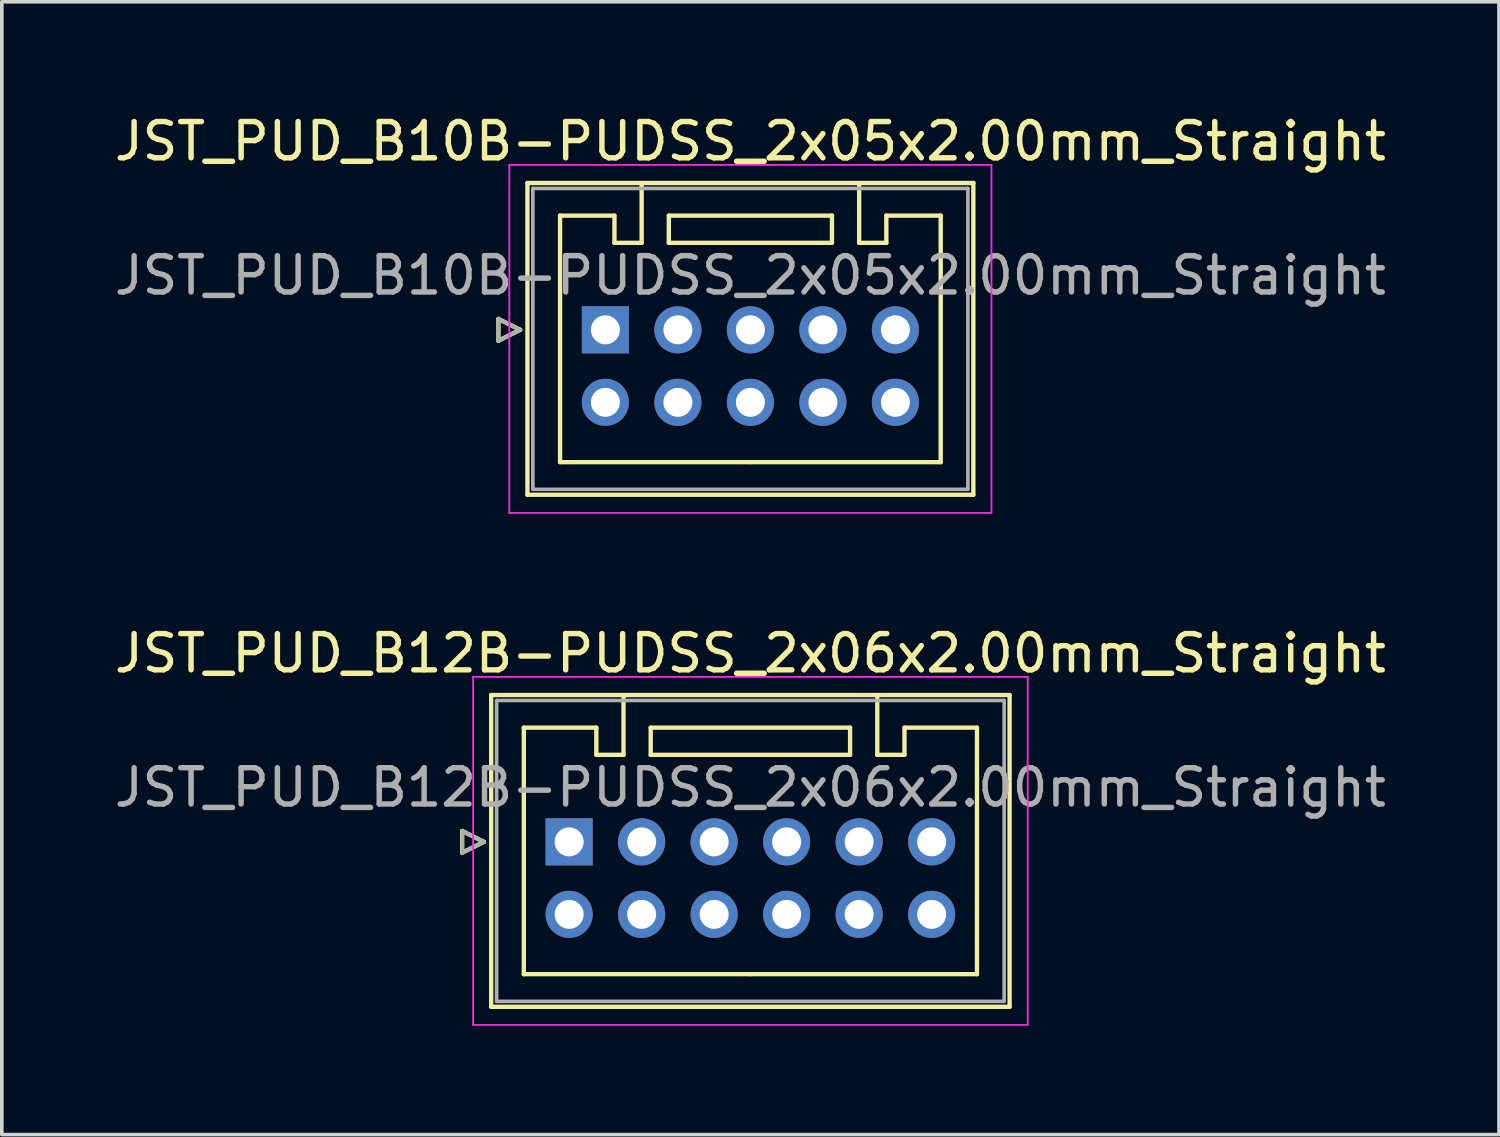
<source format=kicad_pcb>
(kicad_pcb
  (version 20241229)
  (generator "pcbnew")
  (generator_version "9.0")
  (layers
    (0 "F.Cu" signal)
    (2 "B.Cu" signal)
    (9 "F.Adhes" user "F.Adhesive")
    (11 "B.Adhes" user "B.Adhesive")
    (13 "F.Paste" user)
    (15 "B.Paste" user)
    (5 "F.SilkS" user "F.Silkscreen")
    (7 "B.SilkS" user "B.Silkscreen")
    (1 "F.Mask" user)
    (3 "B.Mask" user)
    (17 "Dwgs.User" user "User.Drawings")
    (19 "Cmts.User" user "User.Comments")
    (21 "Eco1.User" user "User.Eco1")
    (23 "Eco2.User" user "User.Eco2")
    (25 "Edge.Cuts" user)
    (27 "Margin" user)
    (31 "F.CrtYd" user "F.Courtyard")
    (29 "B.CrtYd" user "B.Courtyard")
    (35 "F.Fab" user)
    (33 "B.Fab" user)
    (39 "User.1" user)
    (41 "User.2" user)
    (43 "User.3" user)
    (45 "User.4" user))
  (footprint "JST_PUD_B10B-PUDSS_2x05x2.00mm_Straight"
    (layer "F.Cu")
    (at 13.649 6.048)
    (property "Reference" "JST_PUD_B10B-PUDSS_2x05x2.00mm_Straight" (at 4 -5.2 0) (layer "F.SilkS") (effects (font (size 1 1) (thickness 0.15))))
    (attr through_hole)
    (fp_line (start -2.95 -0.3) (end -2.35 0) (stroke (width 0.12) (type solid)) (layer "F.SilkS"))
    (fp_line (start -2.95 0.3) (end -2.95 -0.3) (stroke (width 0.12) (type solid)) (layer "F.SilkS"))
    (fp_line (start -2.35 0) (end -2.95 0.3) (stroke (width 0.12) (type solid)) (layer "F.SilkS"))
    (fp_line (start -2.15 -4.05) (end -2.15 4.55) (stroke (width 0.12) (type solid)) (layer "F.SilkS"))
    (fp_line (start -2.15 4.55) (end 10.15 4.55) (stroke (width 0.12) (type solid)) (layer "F.SilkS"))
    (fp_line (start -1.25 -3.15) (end -1.25 3.65) (stroke (width 0.12) (type solid)) (layer "F.SilkS"))
    (fp_line (start -1.25 3.65) (end 4 3.65) (stroke (width 0.12) (type solid)) (layer "F.SilkS"))
    (fp_line (start 0.25 -3.15) (end -1.25 -3.15) (stroke (width 0.12) (type solid)) (layer "F.SilkS"))
    (fp_line (start 0.25 -2.4) (end 0.25 -3.15) (stroke (width 0.12) (type solid)) (layer "F.SilkS"))
    (fp_line (start 1 -4.05) (end 1 -2.4) (stroke (width 0.12) (type solid)) (layer "F.SilkS"))
    (fp_line (start 1 -2.4) (end 0.25 -2.4) (stroke (width 0.12) (type solid)) (layer "F.SilkS"))
    (fp_line (start 1.75 -3.15) (end 1.75 -2.4) (stroke (width 0.12) (type solid)) (layer "F.SilkS"))
    (fp_line (start 1.75 -2.4) (end 6.25 -2.4) (stroke (width 0.12) (type solid)) (layer "F.SilkS"))
    (fp_line (start 6.25 -3.15) (end 1.75 -3.15) (stroke (width 0.12) (type solid)) (layer "F.SilkS"))
    (fp_line (start 6.25 -2.4) (end 6.25 -3.15) (stroke (width 0.12) (type solid)) (layer "F.SilkS"))
    (fp_line (start 7 -4.05) (end 7 -2.4) (stroke (width 0.12) (type solid)) (layer "F.SilkS"))
    (fp_line (start 7 -2.4) (end 7.75 -2.4) (stroke (width 0.12) (type solid)) (layer "F.SilkS"))
    (fp_line (start 7.75 -3.15) (end 9.25 -3.15) (stroke (width 0.12) (type solid)) (layer "F.SilkS"))
    (fp_line (start 7.75 -2.4) (end 7.75 -3.15) (stroke (width 0.12) (type solid)) (layer "F.SilkS"))
    (fp_line (start 9.25 -3.15) (end 9.25 3.65) (stroke (width 0.12) (type solid)) (layer "F.SilkS"))
    (fp_line (start 9.25 3.65) (end 4 3.65) (stroke (width 0.12) (type solid)) (layer "F.SilkS"))
    (fp_line (start 10.15 -4.05) (end -2.15 -4.05) (stroke (width 0.12) (type solid)) (layer "F.SilkS"))
    (fp_line (start 10.15 4.55) (end 10.15 -4.05) (stroke (width 0.12) (type solid)) (layer "F.SilkS"))
    (fp_line (start -2.65 -4.55) (end -2.65 5.05) (stroke (width 0.05) (type solid)) (layer "F.CrtYd"))
    (fp_line (start -2.65 5.05) (end 10.65 5.05) (stroke (width 0.05) (type solid)) (layer "F.CrtYd"))
    (fp_line (start 10.65 -4.55) (end -2.65 -4.55) (stroke (width 0.05) (type solid)) (layer "F.CrtYd"))
    (fp_line (start 10.65 5.05) (end 10.65 -4.55) (stroke (width 0.05) (type solid)) (layer "F.CrtYd"))
    (fp_line (start -2.95 -0.3) (end -2.35 0) (stroke (width 0.1) (type solid)) (layer "F.Fab"))
    (fp_line (start -2.95 0.3) (end -2.95 -0.3) (stroke (width 0.1) (type solid)) (layer "F.Fab"))
    (fp_line (start -2.35 0) (end -2.95 0.3) (stroke (width 0.1) (type solid)) (layer "F.Fab"))
    (fp_line (start -2 -3.9) (end -2 4.4) (stroke (width 0.1) (type solid)) (layer "F.Fab"))
    (fp_line (start -2 4.4) (end 10 4.4) (stroke (width 0.1) (type solid)) (layer "F.Fab"))
    (fp_line (start 10 -3.9) (end -2 -3.9) (stroke (width 0.1) (type solid)) (layer "F.Fab"))
    (fp_line (start 10 4.4) (end 10 -3.9) (stroke (width 0.1) (type solid)) (layer "F.Fab"))
    (fp_text user "${REFERENCE}" (at 4 -1.5 0) (layer "F.Fab") (effects (font (size 1 1) (thickness 0.15))))
    (pad "1" thru_hole rect (at 0 0) (size 1.3 1.3) (drill 0.8) (layers "*.Cu" "*.Mask"))
    (pad "2" thru_hole circle (at 0 2) (size 1.3 1.3) (drill 0.8) (layers "*.Cu" "*.Mask"))
    (pad "3" thru_hole circle (at 2 0) (size 1.3 1.3) (drill 0.8) (layers "*.Cu" "*.Mask"))
    (pad "4" thru_hole circle (at 2 2) (size 1.3 1.3) (drill 0.8) (layers "*.Cu" "*.Mask"))
    (pad "5" thru_hole circle (at 4 0) (size 1.3 1.3) (drill 0.8) (layers "*.Cu" "*.Mask"))
    (pad "6" thru_hole circle (at 4 2) (size 1.3 1.3) (drill 0.8) (layers "*.Cu" "*.Mask"))
    (pad "7" thru_hole circle (at 6 0) (size 1.3 1.3) (drill 0.8) (layers "*.Cu" "*.Mask"))
    (pad "8" thru_hole circle (at 6 2) (size 1.3 1.3) (drill 0.8) (layers "*.Cu" "*.Mask"))
    (pad "9" thru_hole circle (at 8 0) (size 1.3 1.3) (drill 0.8) (layers "*.Cu" "*.Mask"))
    (pad "10" thru_hole circle (at 8 2) (size 1.3 1.3) (drill 0.8) (layers "*.Cu" "*.Mask")))
  (footprint "JST_PUD_B12B-PUDSS_2x06x2.00mm_Straight"
    (layer "F.Cu")
    (at 12.649 20.172)
    (property "Reference" "JST_PUD_B12B-PUDSS_2x06x2.00mm_Straight" (at 5 -5.2 0) (layer "F.SilkS") (effects (font (size 1 1) (thickness 0.15))))
    (attr through_hole)
    (fp_line (start -2.95 -0.3) (end -2.35 0) (stroke (width 0.12) (type solid)) (layer "F.SilkS"))
    (fp_line (start -2.95 0.3) (end -2.95 -0.3) (stroke (width 0.12) (type solid)) (layer "F.SilkS"))
    (fp_line (start -2.35 0) (end -2.95 0.3) (stroke (width 0.12) (type solid)) (layer "F.SilkS"))
    (fp_line (start -2.15 -4.05) (end -2.15 4.55) (stroke (width 0.12) (type solid)) (layer "F.SilkS"))
    (fp_line (start -2.15 4.55) (end 12.15 4.55) (stroke (width 0.12) (type solid)) (layer "F.SilkS"))
    (fp_line (start -1.25 -3.15) (end -1.25 3.65) (stroke (width 0.12) (type solid)) (layer "F.SilkS"))
    (fp_line (start -1.25 3.65) (end 5 3.65) (stroke (width 0.12) (type solid)) (layer "F.SilkS"))
    (fp_line (start 0.75 -3.15) (end -1.25 -3.15) (stroke (width 0.12) (type solid)) (layer "F.SilkS"))
    (fp_line (start 0.75 -2.4) (end 0.75 -3.15) (stroke (width 0.12) (type solid)) (layer "F.SilkS"))
    (fp_line (start 1.5 -4.05) (end 1.5 -2.4) (stroke (width 0.12) (type solid)) (layer "F.SilkS"))
    (fp_line (start 1.5 -2.4) (end 0.75 -2.4) (stroke (width 0.12) (type solid)) (layer "F.SilkS"))
    (fp_line (start 2.25 -3.15) (end 2.25 -2.4) (stroke (width 0.12) (type solid)) (layer "F.SilkS"))
    (fp_line (start 2.25 -2.4) (end 7.75 -2.4) (stroke (width 0.12) (type solid)) (layer "F.SilkS"))
    (fp_line (start 7.75 -3.15) (end 2.25 -3.15) (stroke (width 0.12) (type solid)) (layer "F.SilkS"))
    (fp_line (start 7.75 -2.4) (end 7.75 -3.15) (stroke (width 0.12) (type solid)) (layer "F.SilkS"))
    (fp_line (start 8.5 -4.05) (end 8.5 -2.4) (stroke (width 0.12) (type solid)) (layer "F.SilkS"))
    (fp_line (start 8.5 -2.4) (end 9.25 -2.4) (stroke (width 0.12) (type solid)) (layer "F.SilkS"))
    (fp_line (start 9.25 -3.15) (end 11.25 -3.15) (stroke (width 0.12) (type solid)) (layer "F.SilkS"))
    (fp_line (start 9.25 -2.4) (end 9.25 -3.15) (stroke (width 0.12) (type solid)) (layer "F.SilkS"))
    (fp_line (start 11.25 -3.15) (end 11.25 3.65) (stroke (width 0.12) (type solid)) (layer "F.SilkS"))
    (fp_line (start 11.25 3.65) (end 5 3.65) (stroke (width 0.12) (type solid)) (layer "F.SilkS"))
    (fp_line (start 12.15 -4.05) (end -2.15 -4.05) (stroke (width 0.12) (type solid)) (layer "F.SilkS"))
    (fp_line (start 12.15 4.55) (end 12.15 -4.05) (stroke (width 0.12) (type solid)) (layer "F.SilkS"))
    (fp_line (start -2.65 -4.55) (end -2.65 5.05) (stroke (width 0.05) (type solid)) (layer "F.CrtYd"))
    (fp_line (start -2.65 5.05) (end 12.65 5.05) (stroke (width 0.05) (type solid)) (layer "F.CrtYd"))
    (fp_line (start 12.65 -4.55) (end -2.65 -4.55) (stroke (width 0.05) (type solid)) (layer "F.CrtYd"))
    (fp_line (start 12.65 5.05) (end 12.65 -4.55) (stroke (width 0.05) (type solid)) (layer "F.CrtYd"))
    (fp_line (start -2.95 -0.3) (end -2.35 0) (stroke (width 0.1) (type solid)) (layer "F.Fab"))
    (fp_line (start -2.95 0.3) (end -2.95 -0.3) (stroke (width 0.1) (type solid)) (layer "F.Fab"))
    (fp_line (start -2.35 0) (end -2.95 0.3) (stroke (width 0.1) (type solid)) (layer "F.Fab"))
    (fp_line (start -2 -3.9) (end -2 4.4) (stroke (width 0.1) (type solid)) (layer "F.Fab"))
    (fp_line (start -2 4.4) (end 12 4.4) (stroke (width 0.1) (type solid)) (layer "F.Fab"))
    (fp_line (start 12 -3.9) (end -2 -3.9) (stroke (width 0.1) (type solid)) (layer "F.Fab"))
    (fp_line (start 12 4.4) (end 12 -3.9) (stroke (width 0.1) (type solid)) (layer "F.Fab"))
    (fp_text user "${REFERENCE}" (at 5 -1.5 0) (layer "F.Fab") (effects (font (size 1 1) (thickness 0.15))))
    (pad "1" thru_hole rect (at 0 0) (size 1.3 1.3) (drill 0.8) (layers "*.Cu" "*.Mask"))
    (pad "2" thru_hole circle (at 0 2) (size 1.3 1.3) (drill 0.8) (layers "*.Cu" "*.Mask"))
    (pad "3" thru_hole circle (at 2 0) (size 1.3 1.3) (drill 0.8) (layers "*.Cu" "*.Mask"))
    (pad "4" thru_hole circle (at 2 2) (size 1.3 1.3) (drill 0.8) (layers "*.Cu" "*.Mask"))
    (pad "5" thru_hole circle (at 4 0) (size 1.3 1.3) (drill 0.8) (layers "*.Cu" "*.Mask"))
    (pad "6" thru_hole circle (at 4 2) (size 1.3 1.3) (drill 0.8) (layers "*.Cu" "*.Mask"))
    (pad "7" thru_hole circle (at 6 0) (size 1.3 1.3) (drill 0.8) (layers "*.Cu" "*.Mask"))
    (pad "8" thru_hole circle (at 6 2) (size 1.3 1.3) (drill 0.8) (layers "*.Cu" "*.Mask"))
    (pad "9" thru_hole circle (at 8 0) (size 1.3 1.3) (drill 0.8) (layers "*.Cu" "*.Mask"))
    (pad "10" thru_hole circle (at 8 2) (size 1.3 1.3) (drill 0.8) (layers "*.Cu" "*.Mask"))
    (pad "11" thru_hole circle (at 10 0) (size 1.3 1.3) (drill 0.8) (layers "*.Cu" "*.Mask"))
    (pad "12" thru_hole circle (at 10 2) (size 1.3 1.3) (drill 0.8) (layers "*.Cu" "*.Mask")))
  (gr_rect
    (start -3 -3)
    (end 38.298 28.247)
    (stroke (width 0.1) (type default))
    (fill no)
    (layer "Edge.Cuts")))
</source>
